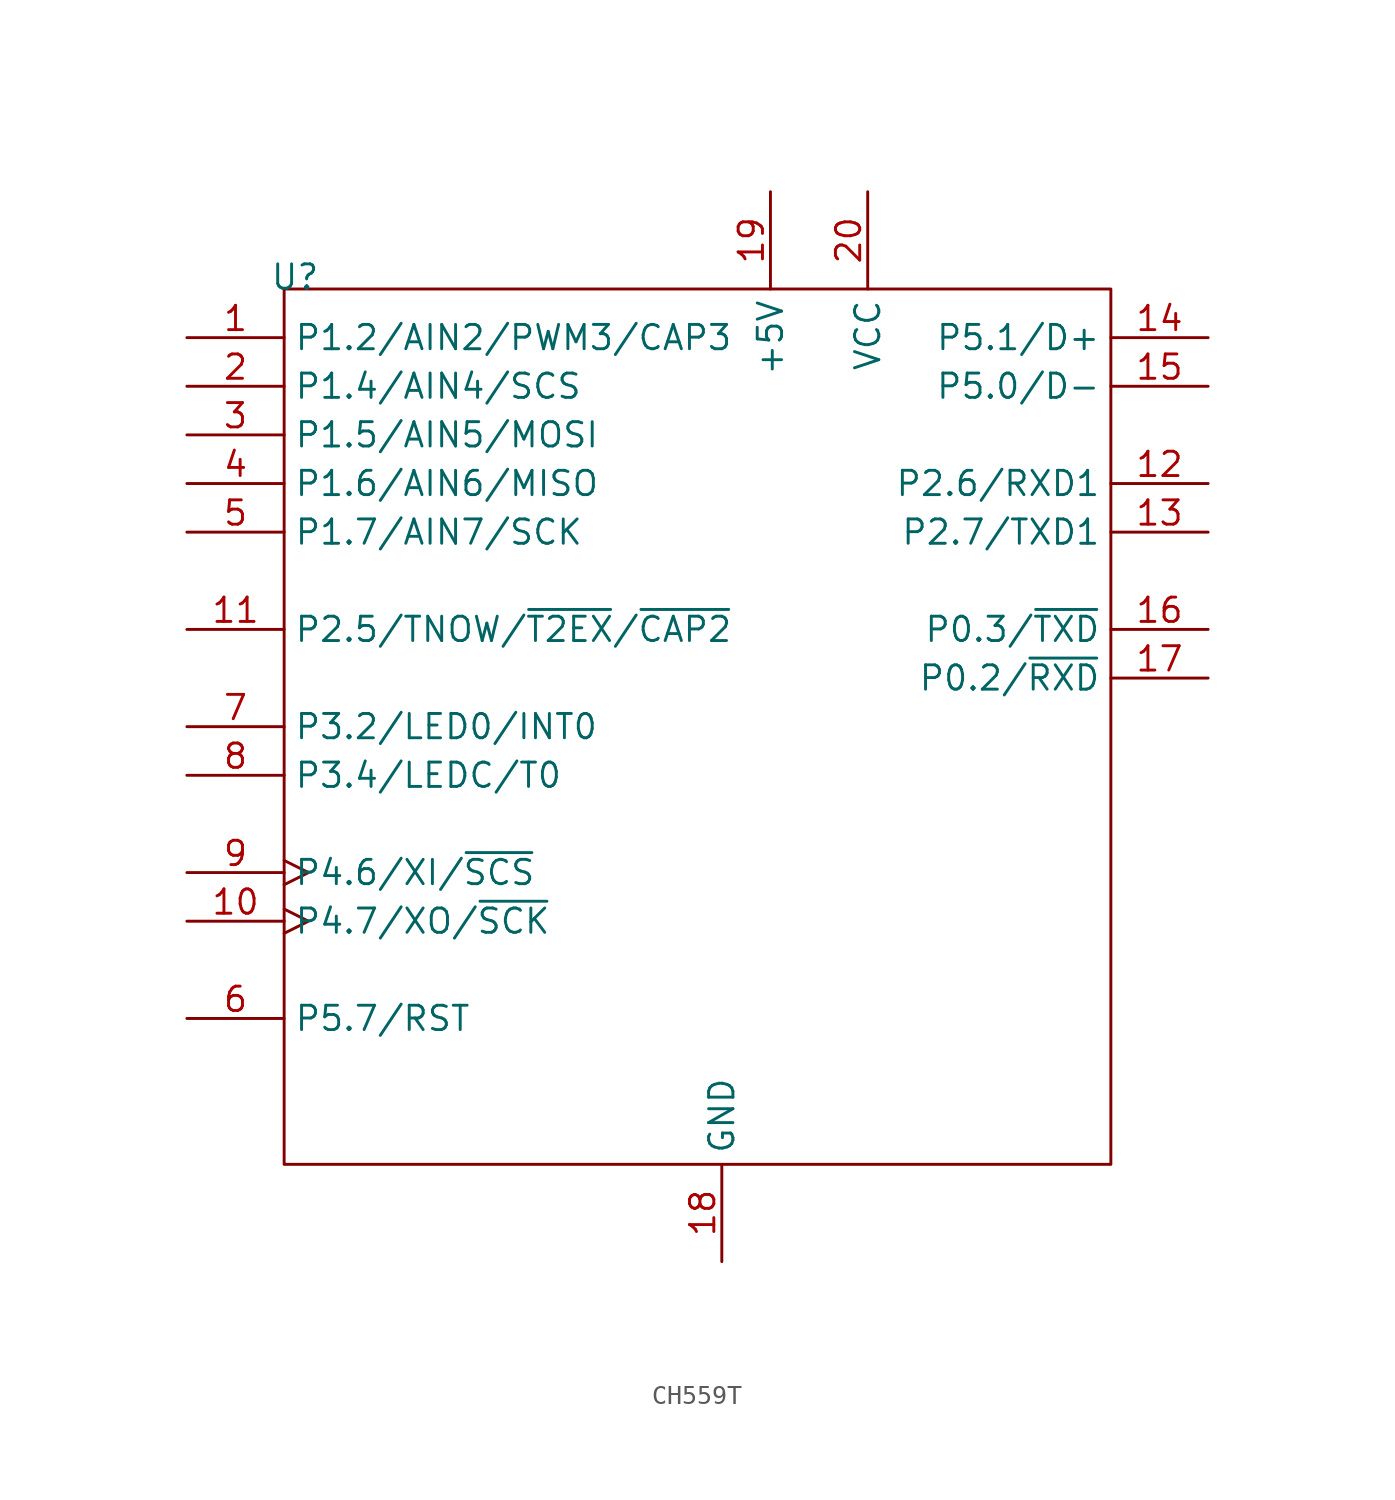
<source format=kicad_sym>
(kicad_symbol_lib
  (version 20220914)
  (generator kicad_symbol_editor)
  (symbol "CH559T"
    (property "Reference" "U"
      (at 0.571 0.623 0)
      (do_not_autoplace)
      (effects (font (size 1.27 1.27))))
    (property "Value" ""
      (at 0 0 0)
      (effects (font (size 1.27 1.27))))
    (symbol "CH559T_0_1"
      (rectangle (start 0 0) (end 43.18 -45.72) (stroke (width 0) (type default)) (fill (type none))))
    (symbol "CH559T_1_1"
      (pin bidirectional line (at -5.08 -2.54 0) (length 5.08) (name "P1.2/AIN2/PWM3/CAP3" (effects (font (size 1.27 1.27)))) (number "1" (effects (font (size 1.27 1.27)))))
      (pin output clock (at -5.08 -33.02 0) (length 5.08) (name "P4.7/XO/~{SCK}" (effects (font (size 1.27 1.27)))) (number "10" (effects (font (size 1.27 1.27)))))
      (pin output line (at -5.08 -17.78 0) (length 5.08) (name "P2.5/TNOW/~{T2EX}/~{CAP2}" (effects (font (size 1.27 1.27)))) (number "11" (effects (font (size 1.27 1.27)))))
      (pin bidirectional line (at 48.26 -10.16 180) (length 5.08) (name "P2.6/RXD1" (effects (font (size 1.27 1.27)))) (number "12" (effects (font (size 1.27 1.27)))))
      (pin bidirectional line (at 48.26 -12.7 180) (length 5.08) (name "P2.7/TXD1" (effects (font (size 1.27 1.27)))) (number "13" (effects (font (size 1.27 1.27)))))
      (pin bidirectional line (at 48.26 -2.54 180) (length 5.08) (name "P5.1/D+" (effects (font (size 1.27 1.27)))) (number "14" (effects (font (size 1.27 1.27)))))
      (pin bidirectional line (at 48.26 -5.08 180) (length 5.08) (name "P5.0/D-" (effects (font (size 1.27 1.27)))) (number "15" (effects (font (size 1.27 1.27)))))
      (pin bidirectional line (at 48.26 -17.78 180) (length 5.08) (name "P0.3/~{TXD}" (effects (font (size 1.27 1.27)))) (number "16" (effects (font (size 1.27 1.27)))))
      (pin bidirectional line (at 48.26 -20.32 180) (length 5.08) (name "P0.2/~{RXD}" (effects (font (size 1.27 1.27)))) (number "17" (effects (font (size 1.27 1.27)))))
      (pin power_in line (at 22.86 -50.8 90) (length 5.08) (name "GND" (effects (font (size 1.27 1.27)))) (number "18" (effects (font (size 1.27 1.27)))))
      (pin power_in line (at 25.4 5.08 270) (length 5.08) (name "+5V" (effects (font (size 1.27 1.27)))) (number "19" (effects (font (size 1.27 1.27)))))
      (pin bidirectional line (at -5.08 -5.08 0) (length 5.08) (name "P1.4/AIN4/SCS" (effects (font (size 1.27 1.27)))) (number "2" (effects (font (size 1.27 1.27)))))
      (pin power_in line (at 30.48 5.08 270) (length 5.08) (name "VCC" (effects (font (size 1.27 1.27)))) (number "20" (effects (font (size 1.27 1.27)))))
      (pin bidirectional line (at -5.08 -7.62 0) (length 5.08) (name "P1.5/AIN5/MOSI" (effects (font (size 1.27 1.27)))) (number "3" (effects (font (size 1.27 1.27)))))
      (pin bidirectional line (at -5.08 -10.16 0) (length 5.08) (name "P1.6/AIN6/MISO" (effects (font (size 1.27 1.27)))) (number "4" (effects (font (size 1.27 1.27)))))
      (pin bidirectional line (at -5.08 -12.7 0) (length 5.08) (name "P1.7/AIN7/SCK" (effects (font (size 1.27 1.27)))) (number "5" (effects (font (size 1.27 1.27)))))
      (pin input line (at -5.08 -38.1 0) (length 5.08) (name "P5.7/RST" (effects (font (size 1.27 1.27)))) (number "6" (effects (font (size 1.27 1.27)))))
      (pin bidirectional line (at -5.08 -22.86 0) (length 5.08) (name "P3.2/LED0/INT0" (effects (font (size 1.27 1.27)))) (number "7" (effects (font (size 1.27 1.27)))))
      (pin bidirectional line (at -5.08 -25.4 0) (length 5.08) (name "P3.4/LEDC/T0" (effects (font (size 1.27 1.27)))) (number "8" (effects (font (size 1.27 1.27)))))
      (pin input clock (at -5.08 -30.48 0) (length 5.08) (name "P4.6/XI/~{SCS}" (effects (font (size 1.27 1.27)))) (number "9" (effects (font (size 1.27 1.27))))))))
</source>
